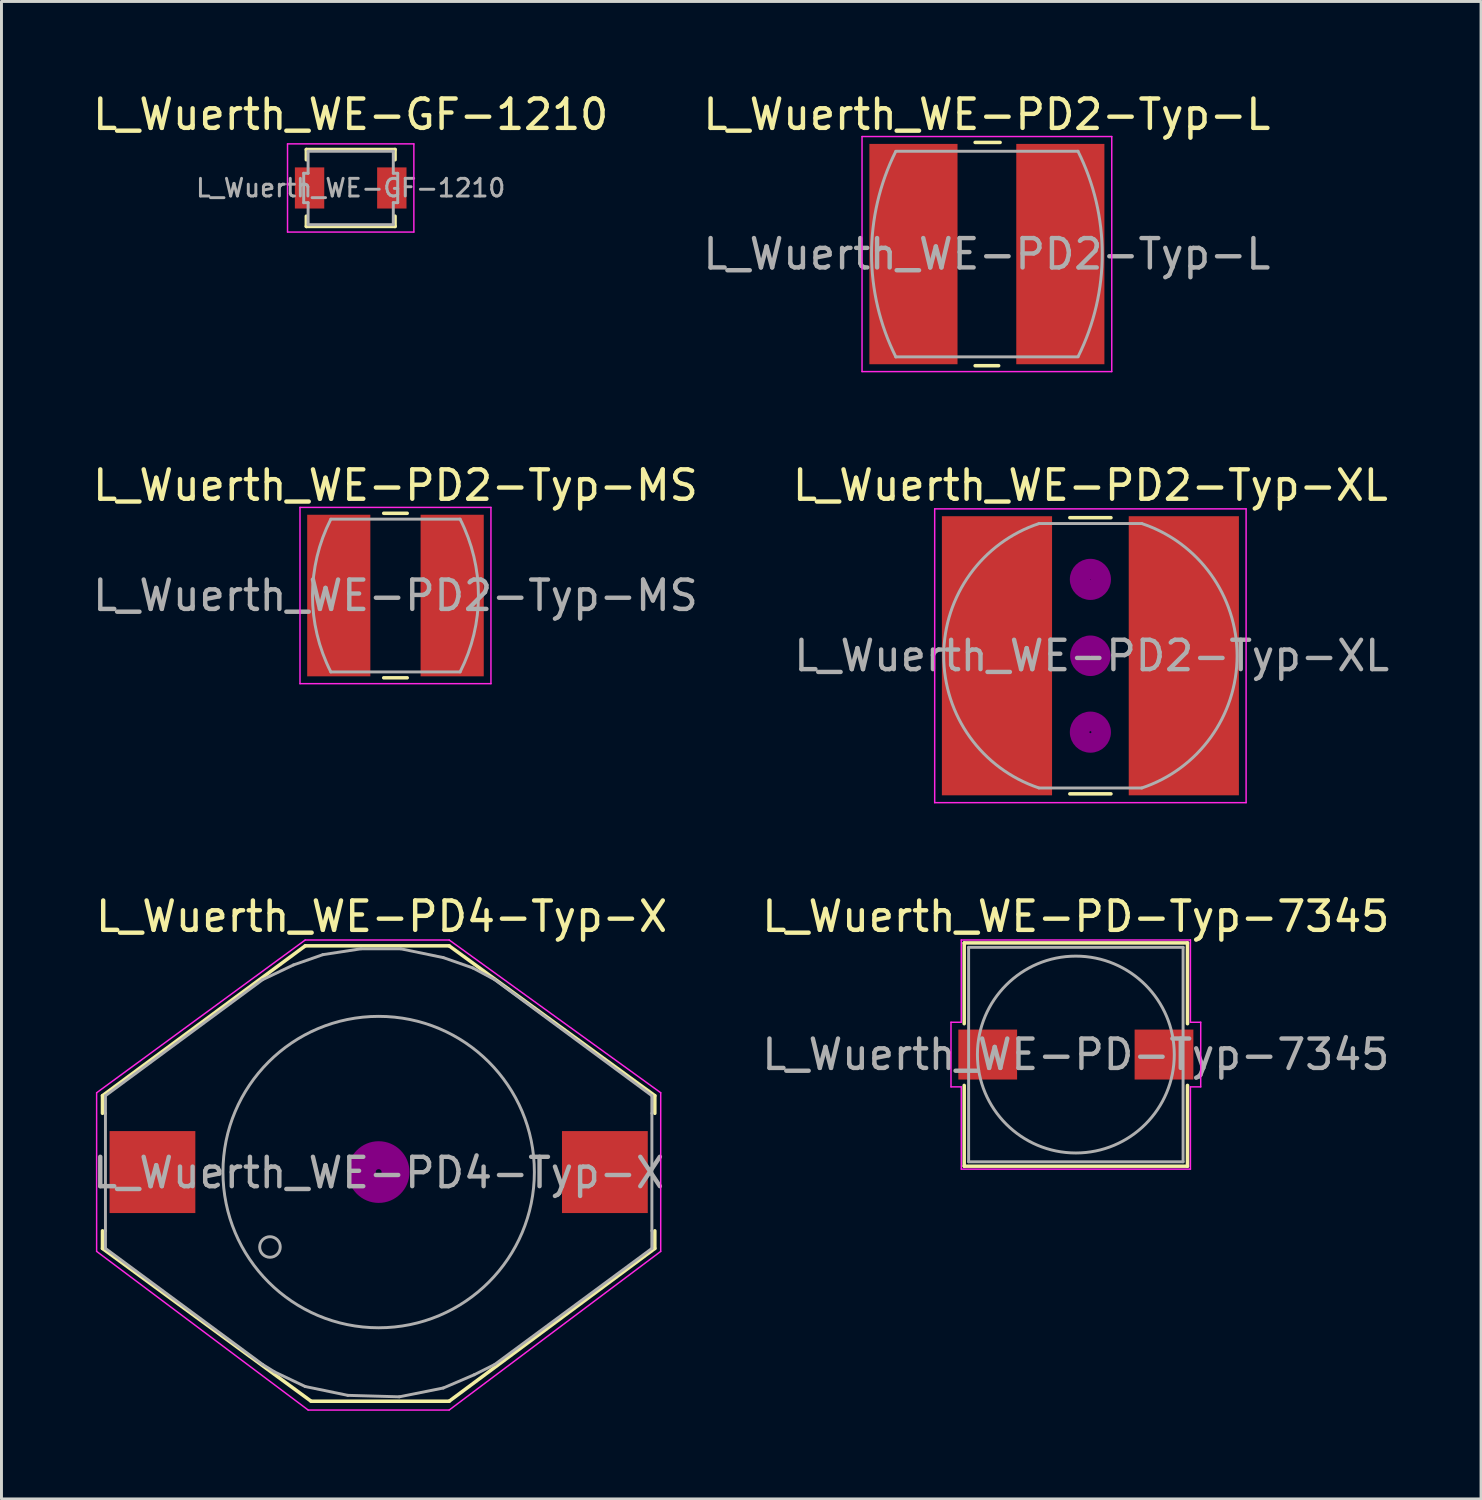
<source format=kicad_pcb>
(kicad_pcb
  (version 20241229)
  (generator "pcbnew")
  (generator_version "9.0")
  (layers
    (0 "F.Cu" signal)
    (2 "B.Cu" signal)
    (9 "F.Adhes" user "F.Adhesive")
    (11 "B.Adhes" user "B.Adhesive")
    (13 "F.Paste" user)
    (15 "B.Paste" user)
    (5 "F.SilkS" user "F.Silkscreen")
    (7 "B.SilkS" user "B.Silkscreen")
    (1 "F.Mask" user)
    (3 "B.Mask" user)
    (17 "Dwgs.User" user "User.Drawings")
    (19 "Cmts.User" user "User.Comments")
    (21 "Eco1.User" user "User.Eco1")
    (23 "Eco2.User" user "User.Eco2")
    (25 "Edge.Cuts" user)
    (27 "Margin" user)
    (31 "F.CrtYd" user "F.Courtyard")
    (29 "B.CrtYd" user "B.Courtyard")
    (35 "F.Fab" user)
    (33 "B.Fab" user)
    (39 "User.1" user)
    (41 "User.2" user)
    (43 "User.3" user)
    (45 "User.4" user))
  (footprint "L_Wuerth_WE-PD2-Typ-MS"
    (layer "F.Cu")
    (at 10.411 17.221)
    (property "Reference" "L_Wuerth_WE-PD2-Typ-MS" (at 0 -3.75 0) (layer "F.SilkS") (effects (font (size 1 1) (thickness 0.15))))
    (attr smd)
    (fp_line (start -0.4 -2.8) (end 0.4 -2.8) (stroke (width 0.12) (type solid)) (layer "F.SilkS"))
    (fp_line (start -0.4 2.8) (end 0.4 2.8) (stroke (width 0.12) (type solid)) (layer "F.SilkS"))
    (fp_line (start -3.25 -3) (end 3.25 -3) (stroke (width 0.05) (type solid)) (layer "F.CrtYd"))
    (fp_line (start -3.25 3) (end -3.25 -3) (stroke (width 0.05) (type solid)) (layer "F.CrtYd"))
    (fp_line (start 3.25 -3) (end 3.25 3) (stroke (width 0.05) (type solid)) (layer "F.CrtYd"))
    (fp_line (start 3.25 3) (end -3.25 3) (stroke (width 0.05) (type solid)) (layer "F.CrtYd"))
    (fp_line (start -2.2 -2.6) (end 2.2 -2.6) (stroke (width 0.1) (type solid)) (layer "F.Fab"))
    (fp_line (start 2.2 2.6) (end -2.2 2.6) (stroke (width 0.1) (type solid)) (layer "F.Fab"))
    (fp_arc (start -2.2 2.6) (mid -2.824509 0.001265) (end -2.201149 -2.597745) (stroke (width 0.1) (type solid)) (layer "F.Fab"))
    (fp_arc (start 2.2 -2.6) (mid 2.824509 -0.001265) (end 2.201149 2.597745) (stroke (width 0.1) (type solid)) (layer "F.Fab"))
    (fp_text user "${REFERENCE}" (at 0 0 0) (layer "F.Fab") (effects (font (size 1 1) (thickness 0.15))))
    (pad "1" smd rect (at -1.93 0) (size 2.15 5.5) (layers "F.Cu" "F.Mask" "F.Paste"))
    (pad "2" smd rect (at 1.93 0) (size 2.15 5.5) (layers "F.Cu" "F.Mask" "F.Paste")))
  (footprint "L_Wuerth_WE-PD4-Typ-X"
    (layer "F.Cu")
    (at 9.839 36.845)
    (property "Reference" "L_Wuerth_WE-PD4-Typ-X" (at 0.1 -8.7 0) (layer "F.SilkS") (effects (font (size 1 1) (thickness 0.15))))
    (attr smd)
    (fp_line (start -9.4 -2.6) (end -2.5 -7.7) (stroke (width 0.12) (type solid)) (layer "F.SilkS"))
    (fp_line (start -9.4 -2) (end -9.4 -2.6) (stroke (width 0.12) (type solid)) (layer "F.SilkS"))
    (fp_line (start -9.4 2.6) (end -9.4 2) (stroke (width 0.12) (type solid)) (layer "F.SilkS"))
    (fp_line (start -9.4 2.6) (end -2.3 7.8) (stroke (width 0.12) (type solid)) (layer "F.SilkS"))
    (fp_line (start -2.5 -7.7) (end 2.4 -7.7) (stroke (width 0.12) (type solid)) (layer "F.SilkS"))
    (fp_line (start -2.3 7.8) (end 2.4 7.8) (stroke (width 0.12) (type solid)) (layer "F.SilkS"))
    (fp_line (start 2.4 -7.7) (end 9.4 -2.6) (stroke (width 0.12) (type solid)) (layer "F.SilkS"))
    (fp_line (start 2.4 7.8) (end 9.4 2.6) (stroke (width 0.12) (type solid)) (layer "F.SilkS"))
    (fp_line (start 9.4 -2) (end 9.4 -2.6) (stroke (width 0.12) (type solid)) (layer "F.SilkS"))
    (fp_line (start 9.4 2.6) (end 9.4 2) (stroke (width 0.12) (type solid)) (layer "F.SilkS"))
    (fp_circle (center 0 0) (end 0.1 0) (stroke (width 0.3) (type solid)) (fill no) (layer "F.Adhes"))
    (fp_circle (center 0 0) (end 0.3 0) (stroke (width 0.3) (type solid)) (fill no) (layer "F.Adhes"))
    (fp_circle (center 0 0) (end 0.5 0) (stroke (width 0.3) (type solid)) (fill no) (layer "F.Adhes"))
    (fp_circle (center 0 0) (end 0.7 0) (stroke (width 0.3) (type solid)) (fill no) (layer "F.Adhes"))
    (fp_circle (center 0 0) (end 0.9 0) (stroke (width 0.3) (type solid)) (fill no) (layer "F.Adhes"))
    (fp_line (start -9.6 -2.7) (end -2.5 -7.9) (stroke (width 0.05) (type solid)) (layer "F.CrtYd"))
    (fp_line (start -9.6 2.7) (end -9.6 -2.7) (stroke (width 0.05) (type solid)) (layer "F.CrtYd"))
    (fp_line (start -2.5 -7.9) (end 2.4 -7.9) (stroke (width 0.05) (type solid)) (layer "F.CrtYd"))
    (fp_line (start -2.4 8.1) (end -9.6 2.7) (stroke (width 0.05) (type solid)) (layer "F.CrtYd"))
    (fp_line (start 2.4 -7.9) (end 9.6 -2.7) (stroke (width 0.05) (type solid)) (layer "F.CrtYd"))
    (fp_line (start 2.4 8.1) (end -2.4 8.1) (stroke (width 0.05) (type solid)) (layer "F.CrtYd"))
    (fp_line (start 9.6 -2.7) (end 9.6 2.7) (stroke (width 0.05) (type solid)) (layer "F.CrtYd"))
    (fp_line (start 9.6 2.7) (end 2.4 8.1) (stroke (width 0.05) (type solid)) (layer "F.CrtYd"))
    (fp_line (start -9.3 -2.6) (end -9.3 -2) (stroke (width 0.1) (type solid)) (layer "F.Fab"))
    (fp_line (start -9.3 -2.6) (end -3.95 -6.55) (stroke (width 0.1) (type solid)) (layer "F.Fab"))
    (fp_line (start -9.3 2) (end -9.3 -2) (stroke (width 0.1) (type solid)) (layer "F.Fab"))
    (fp_line (start -9.3 2) (end -9.3 2.6) (stroke (width 0.1) (type solid)) (layer "F.Fab"))
    (fp_line (start -9.3 2.6) (end -3.95 6.55) (stroke (width 0.1) (type solid)) (layer "F.Fab"))
    (fp_line (start -3.95 -6.55) (end -2.9 -7.05) (stroke (width 0.1) (type solid)) (layer "F.Fab"))
    (fp_line (start -3.55 6.8) (end -3.95 6.55) (stroke (width 0.1) (type solid)) (layer "F.Fab"))
    (fp_line (start -2.9 -7.05) (end -1.9 -7.4) (stroke (width 0.1) (type solid)) (layer "F.Fab"))
    (fp_line (start -2.5 7.3) (end -3.55 6.8) (stroke (width 0.1) (type solid)) (layer "F.Fab"))
    (fp_line (start -1.9 -7.4) (end -0.6 -7.6) (stroke (width 0.1) (type solid)) (layer "F.Fab"))
    (fp_line (start -1.05 7.6) (end -2.5 7.3) (stroke (width 0.1) (type solid)) (layer "F.Fab"))
    (fp_line (start -0.6 -7.6) (end 0.75 -7.6) (stroke (width 0.1) (type solid)) (layer "F.Fab"))
    (fp_line (start 0.7 7.65) (end -1.05 7.6) (stroke (width 0.1) (type solid)) (layer "F.Fab"))
    (fp_line (start 0.75 -7.6) (end 2.2 -7.3) (stroke (width 0.1) (type solid)) (layer "F.Fab"))
    (fp_line (start 2.2 -7.3) (end 3.2 -6.95) (stroke (width 0.1) (type solid)) (layer "F.Fab"))
    (fp_line (start 2.2 7.35) (end 0.7 7.65) (stroke (width 0.1) (type solid)) (layer "F.Fab"))
    (fp_line (start 3.2 -6.95) (end 3.95 -6.55) (stroke (width 0.1) (type solid)) (layer "F.Fab"))
    (fp_line (start 3.25 6.9) (end 2.2 7.35) (stroke (width 0.1) (type solid)) (layer "F.Fab"))
    (fp_line (start 3.95 -6.55) (end 9.3 -2.6) (stroke (width 0.1) (type solid)) (layer "F.Fab"))
    (fp_line (start 3.95 6.55) (end 3.25 6.9) (stroke (width 0.1) (type solid)) (layer "F.Fab"))
    (fp_line (start 9.3 -2) (end 9.3 -2.6) (stroke (width 0.1) (type solid)) (layer "F.Fab"))
    (fp_line (start 9.3 -2) (end 9.3 2) (stroke (width 0.1) (type solid)) (layer "F.Fab"))
    (fp_line (start 9.3 2) (end 9.3 2.6) (stroke (width 0.1) (type solid)) (layer "F.Fab"))
    (fp_line (start 9.3 2.6) (end 3.95 6.55) (stroke (width 0.1) (type solid)) (layer "F.Fab"))
    (fp_circle (center -3.7 2.55) (end -3.7 2.2) (stroke (width 0.1) (type solid)) (fill no) (layer "F.Fab"))
    (fp_circle (center 0 0) (end 0 -5.3) (stroke (width 0.1) (type solid)) (fill no) (layer "F.Fab"))
    (fp_text user "${REFERENCE}" (at 0 0.025 0) (layer "F.Fab") (effects (font (size 1 1) (thickness 0.15))))
    (pad "1" smd rect (at -7.7 0 90) (size 2.79 2.92) (layers "F.Cu" "F.Mask" "F.Paste"))
    (pad "2" smd rect (at 7.7 0 90) (size 2.79 2.92) (layers "F.Cu" "F.Mask" "F.Paste")))
  (footprint "L_Wuerth_WE-GF-1210"
    (layer "F.Cu")
    (at 8.887 3.348)
    (property "Reference" "L_Wuerth_WE-GF-1210" (at 0 -2.5 0) (layer "F.SilkS") (effects (font (size 1 1) (thickness 0.15))))
    (attr smd)
    (fp_line (start -1.51 -1.31) (end -1.51 -0.96) (stroke (width 0.12) (type solid)) (layer "F.SilkS"))
    (fp_line (start -1.51 -1.31) (end 1.51 -1.31) (stroke (width 0.12) (type solid)) (layer "F.SilkS"))
    (fp_line (start -1.51 0.96) (end -1.51 1.31) (stroke (width 0.12) (type solid)) (layer "F.SilkS"))
    (fp_line (start -1.51 1.31) (end 1.51 1.31) (stroke (width 0.12) (type solid)) (layer "F.SilkS"))
    (fp_line (start 1.51 -1.31) (end 1.51 -0.96) (stroke (width 0.12) (type solid)) (layer "F.SilkS"))
    (fp_line (start 1.51 0.96) (end 1.51 1.31) (stroke (width 0.12) (type solid)) (layer "F.SilkS"))
    (fp_line (start -2.15 -1.5) (end -2.15 1.5) (stroke (width 0.05) (type solid)) (layer "F.CrtYd"))
    (fp_line (start -2.15 -1.5) (end 2.15 -1.5) (stroke (width 0.05) (type solid)) (layer "F.CrtYd"))
    (fp_line (start -2.15 1.5) (end 2.15 1.5) (stroke (width 0.05) (type solid)) (layer "F.CrtYd"))
    (fp_line (start 2.15 -1.5) (end 2.15 1.5) (stroke (width 0.05) (type solid)) (layer "F.CrtYd"))
    (fp_line (start -1.6 -0.5) (end -1.6 0.5) (stroke (width 0.1) (type solid)) (layer "F.Fab"))
    (fp_line (start -1.6 -0.5) (end -1.45 -0.5) (stroke (width 0.1) (type solid)) (layer "F.Fab"))
    (fp_line (start -1.45 -1.25) (end -1.45 -0.5) (stroke (width 0.1) (type solid)) (layer "F.Fab"))
    (fp_line (start -1.45 -1.25) (end 1.45 -1.25) (stroke (width 0.1) (type solid)) (layer "F.Fab"))
    (fp_line (start -1.45 0.5) (end -1.6 0.5) (stroke (width 0.1) (type solid)) (layer "F.Fab"))
    (fp_line (start -1.45 0.5) (end -1.45 1.25) (stroke (width 0.1) (type solid)) (layer "F.Fab"))
    (fp_line (start -1.45 1.25) (end 1.45 1.25) (stroke (width 0.1) (type solid)) (layer "F.Fab"))
    (fp_line (start 1.45 -1.25) (end 1.45 -0.5) (stroke (width 0.1) (type solid)) (layer "F.Fab"))
    (fp_line (start 1.45 -0.5) (end 1.6 -0.5) (stroke (width 0.1) (type solid)) (layer "F.Fab"))
    (fp_line (start 1.45 0.5) (end 1.45 1.25) (stroke (width 0.1) (type solid)) (layer "F.Fab"))
    (fp_line (start 1.6 -0.5) (end 1.6 0.5) (stroke (width 0.1) (type solid)) (layer "F.Fab"))
    (fp_line (start 1.6 0.5) (end 1.45 0.5) (stroke (width 0.1) (type solid)) (layer "F.Fab"))
    (fp_text user "${REFERENCE}" (at 0 0 0) (layer "F.Fab") (effects (font (size 0.6 0.6) (thickness 0.1))))
    (pad "1" smd rect (at -1.4 0) (size 1 1.4) (layers "F.Cu" "F.Mask" "F.Paste"))
    (pad "2" smd rect (at 1.4 0) (size 1 1.4) (layers "F.Cu" "F.Mask" "F.Paste")))
  (footprint "L_Wuerth_WE-PD-Typ-7345"
    (layer "F.Cu")
    (at 33.57 32.845)
    (property "Reference" "L_Wuerth_WE-PD-Typ-7345" (at 0 -4.7 0) (layer "F.SilkS") (effects (font (size 1 1) (thickness 0.15))))
    (attr smd)
    (fp_line (start -3.8 -3.8) (end 3.8 -3.8) (stroke (width 0.12) (type solid)) (layer "F.SilkS"))
    (fp_line (start -3.8 -1.05) (end -3.8 -3.8) (stroke (width 0.12) (type solid)) (layer "F.SilkS"))
    (fp_line (start -3.8 3.8) (end -3.8 1.05) (stroke (width 0.12) (type solid)) (layer "F.SilkS"))
    (fp_line (start -3.8 3.8) (end 3.8 3.8) (stroke (width 0.12) (type solid)) (layer "F.SilkS"))
    (fp_line (start 3.8 -1.05) (end 3.8 -3.8) (stroke (width 0.12) (type solid)) (layer "F.SilkS"))
    (fp_line (start 3.8 3.8) (end 3.8 1.05) (stroke (width 0.12) (type solid)) (layer "F.SilkS"))
    (fp_line (start -4.25 -1.1) (end -3.9 -1.1) (stroke (width 0.05) (type solid)) (layer "F.CrtYd"))
    (fp_line (start -4.25 1.1) (end -4.25 -1.1) (stroke (width 0.05) (type solid)) (layer "F.CrtYd"))
    (fp_line (start -4.25 1.1) (end -3.9 1.1) (stroke (width 0.05) (type solid)) (layer "F.CrtYd"))
    (fp_line (start -3.9 -3.9) (end 3.9 -3.9) (stroke (width 0.05) (type solid)) (layer "F.CrtYd"))
    (fp_line (start -3.9 -1.1) (end -3.9 -3.9) (stroke (width 0.05) (type solid)) (layer "F.CrtYd"))
    (fp_line (start -3.9 3.9) (end -3.9 1.1) (stroke (width 0.05) (type solid)) (layer "F.CrtYd"))
    (fp_line (start 3.9 -1.1) (end 3.9 -3.9) (stroke (width 0.05) (type solid)) (layer "F.CrtYd"))
    (fp_line (start 3.9 -1.1) (end 4.25 -1.1) (stroke (width 0.05) (type solid)) (layer "F.CrtYd"))
    (fp_line (start 3.9 1.1) (end 4.25 1.1) (stroke (width 0.05) (type solid)) (layer "F.CrtYd"))
    (fp_line (start 3.9 3.9) (end -3.9 3.9) (stroke (width 0.05) (type solid)) (layer "F.CrtYd"))
    (fp_line (start 3.9 3.9) (end 3.9 1.1) (stroke (width 0.05) (type solid)) (layer "F.CrtYd"))
    (fp_line (start 4.25 1.1) (end 4.25 -1.1) (stroke (width 0.05) (type solid)) (layer "F.CrtYd"))
    (fp_line (start -3.65 -3.65) (end -3.65 3.65) (stroke (width 0.1) (type solid)) (layer "F.Fab"))
    (fp_line (start -3.65 3.65) (end 3.65 3.65) (stroke (width 0.1) (type solid)) (layer "F.Fab"))
    (fp_line (start 3.65 -3.65) (end -3.65 -3.65) (stroke (width 0.1) (type solid)) (layer "F.Fab"))
    (fp_line (start 3.65 3.65) (end 3.65 -3.65) (stroke (width 0.1) (type solid)) (layer "F.Fab"))
    (fp_circle (center 0 0) (end 3.35 -0.05) (stroke (width 0.1) (type solid)) (fill no) (layer "F.Fab"))
    (fp_text user "${REFERENCE}" (at 0 0 0) (layer "F.Fab") (effects (font (size 1 1) (thickness 0.15))))
    (pad "1" smd rect (at -3 0) (size 2 1.7) (layers "F.Cu" "F.Mask" "F.Paste"))
    (pad "2" smd rect (at 3 0) (size 2 1.7) (layers "F.Cu" "F.Mask" "F.Paste")))
  (footprint "L_Wuerth_WE-PD2-Typ-L"
    (layer "F.Cu")
    (at 30.542 5.598)
    (property "Reference" "L_Wuerth_WE-PD2-Typ-L" (at 0 -4.75 0) (layer "F.SilkS") (effects (font (size 1 1) (thickness 0.15))))
    (attr smd)
    (fp_line (start -0.4 -3.8) (end 0.45 -3.8) (stroke (width 0.12) (type solid)) (layer "F.SilkS"))
    (fp_line (start -0.4 3.8) (end 0.4 3.8) (stroke (width 0.12) (type solid)) (layer "F.SilkS"))
    (fp_line (start -4.25 -4) (end 4.25 -4) (stroke (width 0.05) (type solid)) (layer "F.CrtYd"))
    (fp_line (start -4.25 4) (end -4.25 -4) (stroke (width 0.05) (type solid)) (layer "F.CrtYd"))
    (fp_line (start 4.25 -4) (end 4.25 4) (stroke (width 0.05) (type solid)) (layer "F.CrtYd"))
    (fp_line (start 4.25 4) (end -4.25 4) (stroke (width 0.05) (type solid)) (layer "F.CrtYd"))
    (fp_line (start -3.1 3.5) (end 3.1 3.5) (stroke (width 0.1) (type solid)) (layer "F.Fab"))
    (fp_line (start 3.1 -3.5) (end -3.1 -3.5) (stroke (width 0.1) (type solid)) (layer "F.Fab"))
    (fp_arc (start -3.1 3.5) (mid -3.926233 0.008885) (end -3.107929 -3.484096) (stroke (width 0.1) (type solid)) (layer "F.Fab"))
    (fp_arc (start 3.1 -3.5) (mid 3.926233 -0.008885) (end 3.107929 3.484096) (stroke (width 0.1) (type solid)) (layer "F.Fab"))
    (fp_text user "${REFERENCE}" (at 0 0 0) (layer "F.Fab") (effects (font (size 1 1) (thickness 0.15))))
    (pad "1" smd rect (at -2.5 0) (size 3 7.5) (layers "F.Cu" "F.Mask" "F.Paste"))
    (pad "2" smd rect (at 2.5 0) (size 3 7.5) (layers "F.Cu" "F.Mask" "F.Paste")))
  (footprint "L_Wuerth_WE-PD2-Typ-XL"
    (layer "F.Cu")
    (at 34.065 19.271)
    (property "Reference" "L_Wuerth_WE-PD2-Typ-XL" (at 0 -5.8 0) (layer "F.SilkS") (effects (font (size 1 1) (thickness 0.15))))
    (attr smd)
    (fp_line (start -0.7 -4.7) (end 0.7 -4.7) (stroke (width 0.12) (type solid)) (layer "F.SilkS"))
    (fp_line (start -0.7 4.7) (end 0.7 4.7) (stroke (width 0.12) (type solid)) (layer "F.SilkS"))
    (fp_circle (center 0 -2.6) (end 0.2 -2.6) (stroke (width 0.38) (type solid)) (fill no) (layer "F.Adhes"))
    (fp_circle (center 0 -2.6) (end 0.5 -2.5) (stroke (width 0.38) (type solid)) (fill no) (layer "F.Adhes"))
    (fp_circle (center 0 0) (end 0.2 0) (stroke (width 0.38) (type solid)) (fill no) (layer "F.Adhes"))
    (fp_circle (center 0 0) (end 0.5 0) (stroke (width 0.38) (type solid)) (fill no) (layer "F.Adhes"))
    (fp_circle (center 0 2.6) (end 0.1 2.8) (stroke (width 0.38) (type solid)) (fill no) (layer "F.Adhes"))
    (fp_circle (center 0 2.6) (end 0.5 2.7) (stroke (width 0.38) (type solid)) (fill no) (layer "F.Adhes"))
    (fp_line (start -5.3 -5) (end -5.3 5) (stroke (width 0.05) (type solid)) (layer "F.CrtYd"))
    (fp_line (start -5.3 5) (end 5.3 5) (stroke (width 0.05) (type solid)) (layer "F.CrtYd"))
    (fp_line (start 5.3 -5) (end -5.3 -5) (stroke (width 0.05) (type solid)) (layer "F.CrtYd"))
    (fp_line (start 5.3 5) (end 5.3 -5) (stroke (width 0.05) (type solid)) (layer "F.CrtYd"))
    (fp_line (start -1.75 4.5) (end 1.75 4.5) (stroke (width 0.1) (type solid)) (layer "F.Fab"))
    (fp_line (start 1.75 -4.5) (end -1.75 -4.5) (stroke (width 0.1) (type solid)) (layer "F.Fab"))
    (fp_arc (start -1.760214 4.496582) (mid -4.993413 -0.005385) (end -1.75 -4.5) (stroke (width 0.1) (type solid)) (layer "F.Fab"))
    (fp_arc (start 1.760214 -4.496582) (mid 4.993413 0.005385) (end 1.75 4.5) (stroke (width 0.1) (type solid)) (layer "F.Fab"))
    (fp_text user "${REFERENCE}" (at 0.045 0 0) (layer "F.Fab") (effects (font (size 1 1) (thickness 0.15))))
    (pad "1" smd rect (at -3.18 0) (size 3.75 9.5) (layers "F.Cu" "F.Mask" "F.Paste"))
    (pad "2" smd rect (at 3.18 0) (size 3.75 9.5) (layers "F.Cu" "F.Mask" "F.Paste")))
  (gr_rect
    (start -3 -3)
    (end 47.362 47.97)
    (stroke (width 0.1) (type default))
    (fill no)
    (layer "Edge.Cuts")))
</source>
